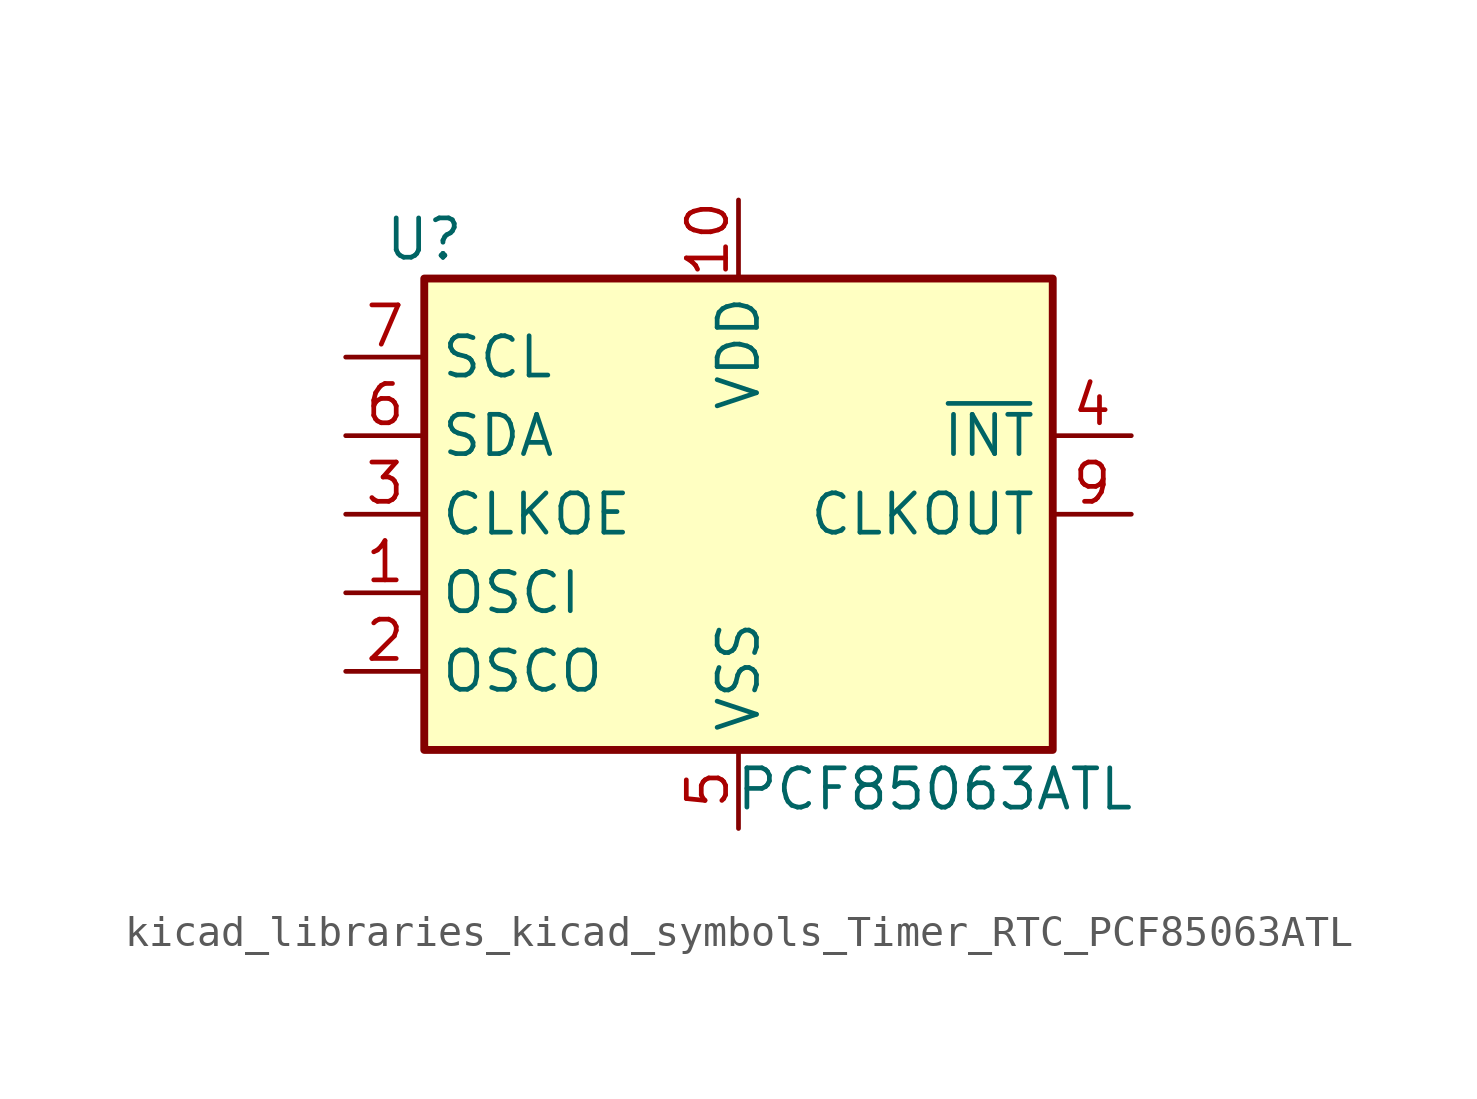
<source format=kicad_sym>
(kicad_symbol_lib
  (version 20220914)
  (generator kicad_symbol_editor)
  (symbol "kicad_libraries_kicad_symbols_Timer_RTC_PCF85063ATL"
    (property "Reference" "U"
      (at -10.16 8.89 0)
      (effects (font (size 1.27 1.27))))
    (property "Value" "PCF85063ATL"
      (at 6.35 -8.89 0)
      (effects (font (size 1.27 1.27))))
    (symbol "kicad_libraries_kicad_symbols_Timer_RTC_PCF85063ATL_0_1"
      (rectangle (start -10.16 7.62) (end 10.16 -7.62) (stroke (width 0.254) (type default)) (fill (type background))))
    (symbol "kicad_libraries_kicad_symbols_Timer_RTC_PCF85063ATL_1_1"
      (pin input line (at -12.7 -2.54 0) (length 2.54) (name "OSCI" (effects (font (size 1.27 1.27)))) (number "1" (effects (font (size 1.27 1.27)))))
      (pin power_in line (at 0 10.16 270) (length 2.54) (name "VDD" (effects (font (size 1.27 1.27)))) (number "10" (effects (font (size 1.27 1.27)))))
      (pin output line (at -12.7 -5.08 0) (length 2.54) (name "OSCO" (effects (font (size 1.27 1.27)))) (number "2" (effects (font (size 1.27 1.27)))))
      (pin input line (at -12.7 0 0) (length 2.54) (name "CLKOE" (effects (font (size 1.27 1.27)))) (number "3" (effects (font (size 1.27 1.27)))))
      (pin output line (at 12.7 2.54 180) (length 2.54) (name "~{INT}" (effects (font (size 1.27 1.27)))) (number "4" (effects (font (size 1.27 1.27)))))
      (pin power_in line (at 0 -10.16 90) (length 2.54) (name "VSS" (effects (font (size 1.27 1.27)))) (number "5" (effects (font (size 1.27 1.27)))))
      (pin bidirectional line (at -12.7 2.54 0) (length 2.54) (name "SDA" (effects (font (size 1.27 1.27)))) (number "6" (effects (font (size 1.27 1.27)))))
      (pin input line (at -12.7 5.08 0) (length 2.54) (name "SCL" (effects (font (size 1.27 1.27)))) (number "7" (effects (font (size 1.27 1.27)))))
      (pin no_connect line (at 10.16 5.08 180) (length 2.54) hide (name "NC" (effects (font (size 1.27 1.27)))) (number "8" (effects (font (size 1.27 1.27)))))
      (pin output line (at 12.7 0 180) (length 2.54) (name "CLKOUT" (effects (font (size 1.27 1.27)))) (number "9" (effects (font (size 1.27 1.27))))))))
</source>
